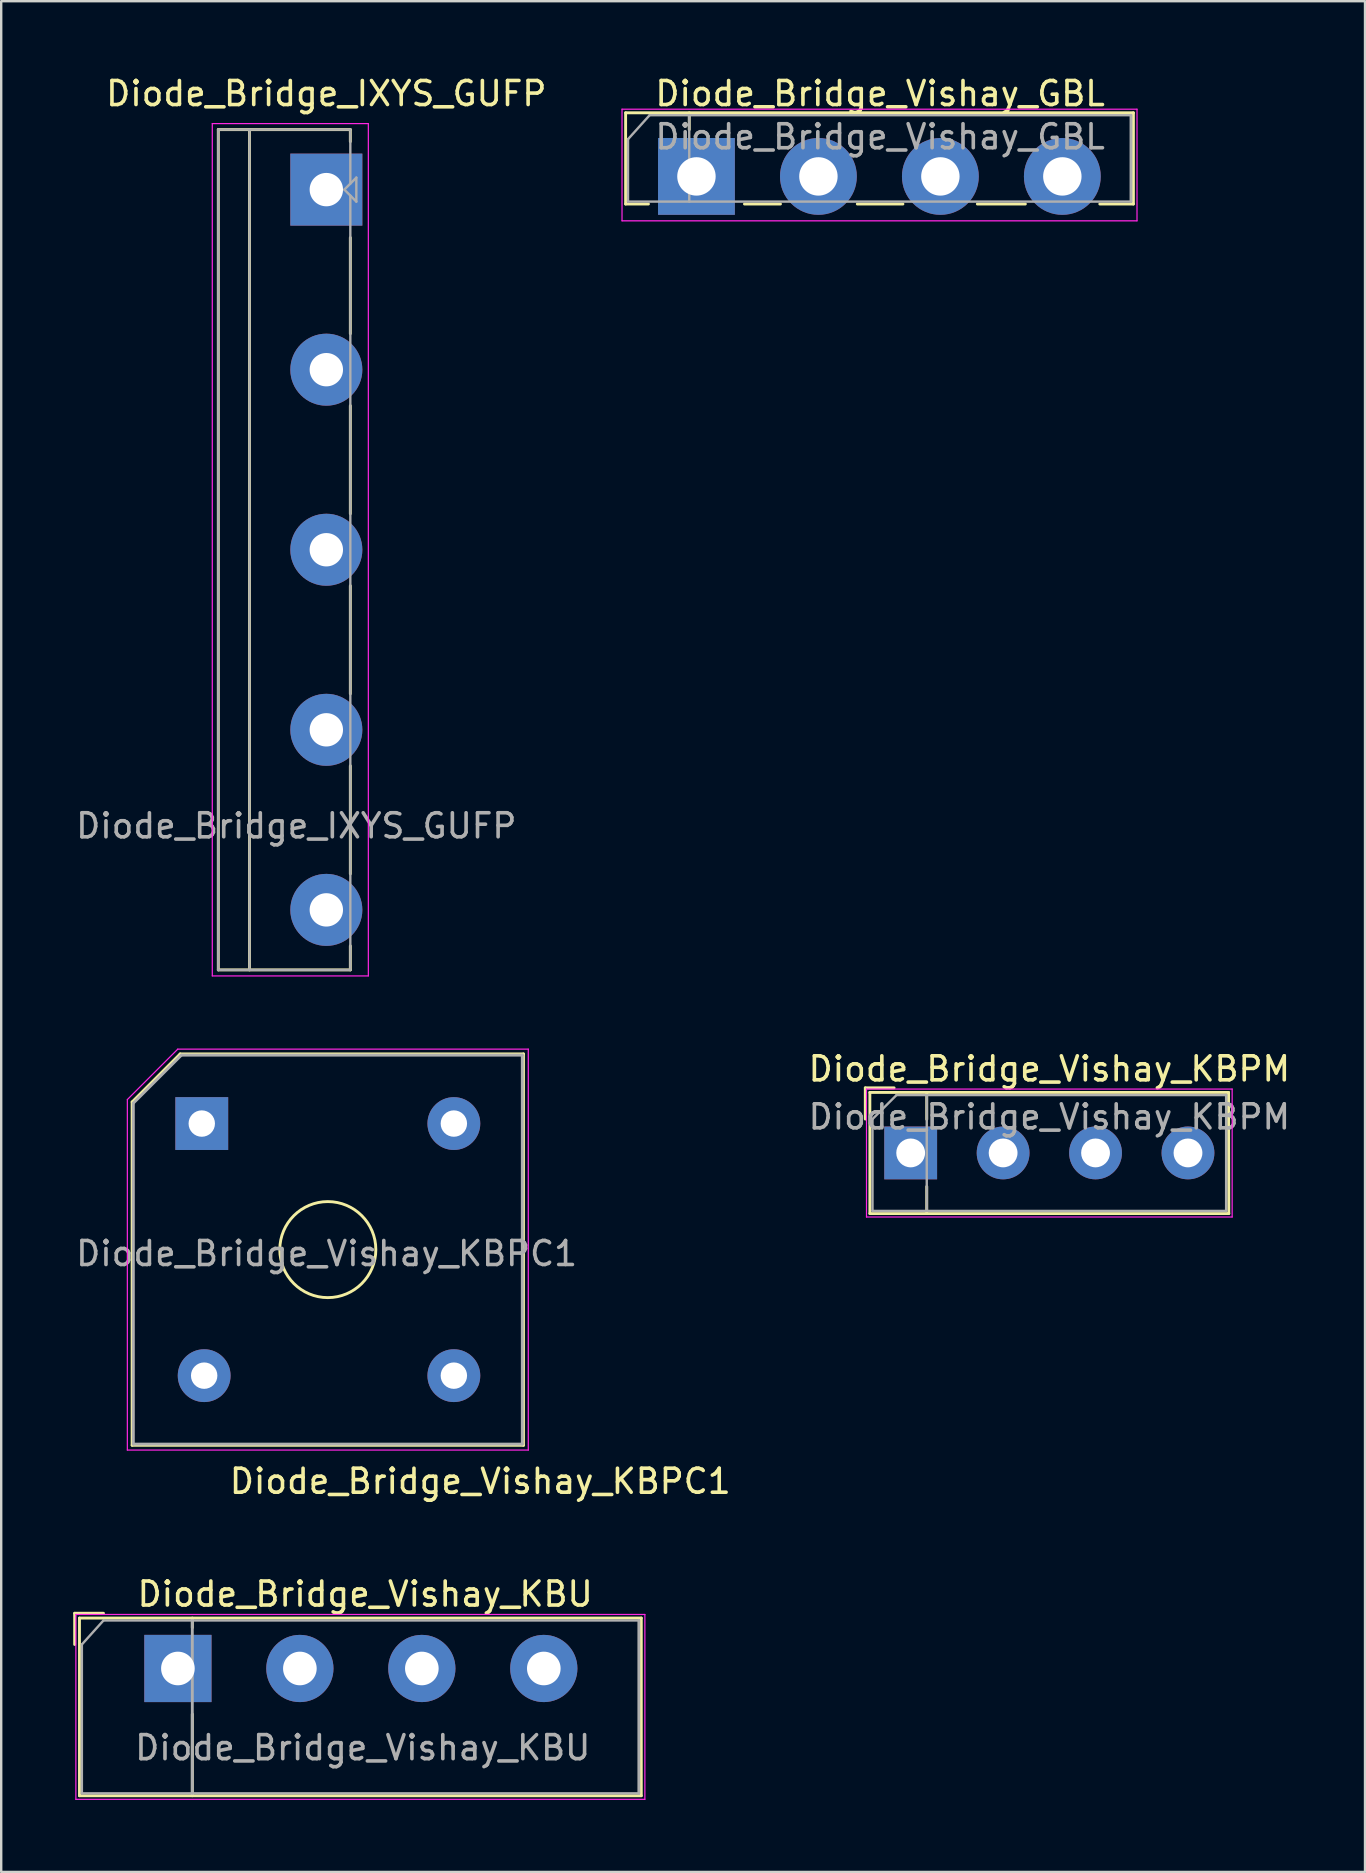
<source format=kicad_pcb>
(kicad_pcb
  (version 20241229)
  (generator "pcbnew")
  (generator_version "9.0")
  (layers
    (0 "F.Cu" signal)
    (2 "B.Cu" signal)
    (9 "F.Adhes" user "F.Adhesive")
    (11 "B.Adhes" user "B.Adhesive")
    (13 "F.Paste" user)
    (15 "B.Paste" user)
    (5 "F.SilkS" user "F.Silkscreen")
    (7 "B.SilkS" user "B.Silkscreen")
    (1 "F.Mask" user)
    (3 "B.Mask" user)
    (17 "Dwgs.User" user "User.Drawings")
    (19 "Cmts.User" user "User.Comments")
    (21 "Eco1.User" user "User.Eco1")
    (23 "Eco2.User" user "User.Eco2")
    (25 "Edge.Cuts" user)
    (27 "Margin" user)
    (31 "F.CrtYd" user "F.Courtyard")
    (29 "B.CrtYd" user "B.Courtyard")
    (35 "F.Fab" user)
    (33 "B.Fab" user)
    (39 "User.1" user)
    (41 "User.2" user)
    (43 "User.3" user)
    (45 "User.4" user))
  (footprint "Diode_Bridge_Vishay_KBPC1"
    (layer "F.Cu")
    (at 5.354 43.748)
    (property "Reference" "Diode_Bridge_Vishay_KBPC1" (at 11.6 14.9 180) (layer "F.SilkS") (effects (font (size 1 1) (thickness 0.15))))
    (attr through_hole)
    (fp_line (start -2.9 -0.9) (end -2.9 13.4) (stroke (width 0.12) (type solid)) (layer "F.SilkS"))
    (fp_line (start -2.9 13.4) (end 13.4 13.4) (stroke (width 0.12) (type solid)) (layer "F.SilkS"))
    (fp_line (start -0.9 -2.9) (end -2.9 -0.9) (stroke (width 0.12) (type solid)) (layer "F.SilkS"))
    (fp_line (start 13.4 -2.9) (end -0.9 -2.9) (stroke (width 0.12) (type solid)) (layer "F.SilkS"))
    (fp_line (start 13.4 13.4) (end 13.4 -2.9) (stroke (width 0.12) (type solid)) (layer "F.SilkS"))
    (fp_circle (center 5.25 5.25) (end 5.25 7.25) (stroke (width 0.12) (type solid)) (fill no) (layer "F.SilkS"))
    (fp_line (start -3.1 -1) (end -1 -3.1) (stroke (width 0.05) (type solid)) (layer "F.CrtYd"))
    (fp_line (start -3.1 13.6) (end -3.1 -1) (stroke (width 0.05) (type solid)) (layer "F.CrtYd"))
    (fp_line (start -1 -3.1) (end 13.6 -3.1) (stroke (width 0.05) (type solid)) (layer "F.CrtYd"))
    (fp_line (start 13.6 -3.1) (end 13.6 13.6) (stroke (width 0.05) (type solid)) (layer "F.CrtYd"))
    (fp_line (start 13.6 13.6) (end -3.1 13.6) (stroke (width 0.05) (type solid)) (layer "F.CrtYd"))
    (fp_line (start -2.85 -0.85) (end -0.85 -2.85) (stroke (width 0.12) (type solid)) (layer "F.Fab"))
    (fp_line (start -2.85 13.35) (end -2.85 -0.85) (stroke (width 0.12) (type solid)) (layer "F.Fab"))
    (fp_line (start -0.85 -2.85) (end 13.35 -2.85) (stroke (width 0.12) (type solid)) (layer "F.Fab"))
    (fp_line (start 13.35 -2.85) (end 13.35 13.35) (stroke (width 0.12) (type solid)) (layer "F.Fab"))
    (fp_line (start 13.35 13.35) (end -2.85 13.35) (stroke (width 0.12) (type solid)) (layer "F.Fab"))
    (fp_text user "${REFERENCE}" (at 5.2 5.415 180) (layer "F.Fab") (effects (font (size 1 1) (thickness 0.15))))
    (pad "1" thru_hole rect (at 0 0) (size 2.2 2.2) (drill 1.1) (layers "*.Cu" "*.Mask"))
    (pad "2" thru_hole circle (at 0.1 10.5) (size 2.2 2.2) (drill 1.1) (layers "*.Cu" "*.Mask"))
    (pad "3" thru_hole circle (at 10.5 10.5) (size 2.2 2.2) (drill 1.1) (layers "*.Cu" "*.Mask"))
    (pad "4" thru_hole circle (at 10.5 0) (size 2.2 2.2) (drill 1.1) (layers "*.Cu" "*.Mask")))
  (footprint "Diode_Bridge_Vishay_KBU"
    (layer "F.Cu")
    (at 4.36 66.445)
    (property "Reference" "Diode_Bridge_Vishay_KBU" (at 7.8 -3.1 0) (layer "F.SilkS") (effects (font (size 1 1) (thickness 0.15))))
    (attr through_hole)
    (fp_line (start -4.3 -2.3) (end -3.1 -2.3) (stroke (width 0.12) (type solid)) (layer "F.SilkS"))
    (fp_line (start -4.3 -1) (end -4.3 -2.3) (stroke (width 0.12) (type solid)) (layer "F.SilkS"))
    (fp_line (start -4.1 -2.1) (end -4.1 5.3) (stroke (width 0.12) (type solid)) (layer "F.SilkS"))
    (fp_line (start -4.1 5.3) (end 19.3 5.3) (stroke (width 0.12) (type solid)) (layer "F.SilkS"))
    (fp_line (start 0.6 -1.7) (end 0.6 -2.1) (stroke (width 0.12) (type solid)) (layer "F.SilkS"))
    (fp_line (start 0.6 1.9) (end 0.6 5.3) (stroke (width 0.12) (type solid)) (layer "F.SilkS"))
    (fp_line (start 19.3 -2.1) (end -4.1 -2.1) (stroke (width 0.12) (type solid)) (layer "F.SilkS"))
    (fp_line (start 19.3 5.3) (end 19.3 -2.1) (stroke (width 0.12) (type solid)) (layer "F.SilkS"))
    (fp_line (start -4.25 -2.25) (end -4.25 5.45) (stroke (width 0.05) (type solid)) (layer "F.CrtYd"))
    (fp_line (start -4.25 -2.25) (end 19.45 -2.25) (stroke (width 0.05) (type solid)) (layer "F.CrtYd"))
    (fp_line (start 19.45 5.45) (end -4.25 5.45) (stroke (width 0.05) (type solid)) (layer "F.CrtYd"))
    (fp_line (start 19.45 5.45) (end 19.45 -2.25) (stroke (width 0.05) (type solid)) (layer "F.CrtYd"))
    (fp_line (start -4 -1) (end -4 5.2) (stroke (width 0.1) (type solid)) (layer "F.Fab"))
    (fp_line (start -4 5.2) (end 19.2 5.2) (stroke (width 0.1) (type solid)) (layer "F.Fab"))
    (fp_line (start -3.1 -2) (end -4 -1) (stroke (width 0.1) (type solid)) (layer "F.Fab"))
    (fp_line (start 0.6 -2) (end 0.6 5.2) (stroke (width 0.12) (type solid)) (layer "F.Fab"))
    (fp_line (start 19.2 -2) (end -3.1 -2) (stroke (width 0.1) (type solid)) (layer "F.Fab"))
    (fp_line (start 19.2 5.2) (end 19.2 -2) (stroke (width 0.12) (type solid)) (layer "F.Fab"))
    (fp_text user "${REFERENCE}" (at 7.7 3.3 0) (layer "F.Fab") (effects (font (size 1 1) (thickness 0.15))))
    (pad "1" thru_hole rect (at 0 0) (size 2.8 2.8) (drill 1.4) (layers "*.Cu" "*.Mask"))
    (pad "2" thru_hole circle (at 5.08 0) (size 2.8 2.8) (drill 1.4) (layers "*.Cu" "*.Mask"))
    (pad "3" thru_hole circle (at 10.16 0) (size 2.8 2.8) (drill 1.4) (layers "*.Cu" "*.Mask"))
    (pad "4" thru_hole circle (at 15.24 0) (size 2.8 2.8) (drill 1.4) (layers "*.Cu" "*.Mask")))
  (footprint "Diode_Bridge_Vishay_KBPM"
    (layer "F.Cu")
    (at 34.881 44.971)
    (property "Reference" "Diode_Bridge_Vishay_KBPM" (at 5.775 -3.5 0) (layer "F.SilkS") (effects (font (size 1 1) (thickness 0.15))))
    (attr through_hole)
    (fp_line (start -1.89 -2.71) (end -0.69 -2.71) (stroke (width 0.12) (type solid)) (layer "F.SilkS"))
    (fp_line (start -1.89 -1.41) (end -1.89 -2.71) (stroke (width 0.12) (type solid)) (layer "F.SilkS"))
    (fp_line (start -1.7 -2.52) (end -1.7 2.525) (stroke (width 0.12) (type solid)) (layer "F.SilkS"))
    (fp_line (start -1.7 2.525) (end 13.25 2.525) (stroke (width 0.12) (type solid)) (layer "F.SilkS"))
    (fp_line (start 0.67 -1.4) (end 0.67 -2.52) (stroke (width 0.12) (type solid)) (layer "F.SilkS"))
    (fp_line (start 0.67 1.4) (end 0.67 2.525) (stroke (width 0.12) (type solid)) (layer "F.SilkS"))
    (fp_line (start 13.24 -2.52) (end -1.7 -2.52) (stroke (width 0.12) (type solid)) (layer "F.SilkS"))
    (fp_line (start 13.25 2.525) (end 13.24 -2.52) (stroke (width 0.12) (type solid)) (layer "F.SilkS"))
    (fp_line (start -1.84 -2.66) (end -1.84 2.67) (stroke (width 0.05) (type solid)) (layer "F.CrtYd"))
    (fp_line (start -1.84 -2.66) (end 13.39 -2.66) (stroke (width 0.05) (type solid)) (layer "F.CrtYd"))
    (fp_line (start 13.39 2.67) (end -1.84 2.67) (stroke (width 0.05) (type solid)) (layer "F.CrtYd"))
    (fp_line (start 13.39 2.67) (end 13.39 -2.66) (stroke (width 0.05) (type solid)) (layer "F.CrtYd"))
    (fp_line (start -1.59 -1.41) (end -1.59 2.415) (stroke (width 0.1) (type solid)) (layer "F.Fab"))
    (fp_line (start -1.59 2.415) (end 13.14 2.415) (stroke (width 0.1) (type solid)) (layer "F.Fab"))
    (fp_line (start -0.59 -2.41) (end -1.59 -1.41) (stroke (width 0.1) (type solid)) (layer "F.Fab"))
    (fp_line (start 0.67 -2.41) (end 0.67 2.415) (stroke (width 0.1) (type solid)) (layer "F.Fab"))
    (fp_line (start 13.14 -2.41) (end -0.59 -2.41) (stroke (width 0.1) (type solid)) (layer "F.Fab"))
    (fp_line (start 13.14 2.415) (end 13.14 -2.41) (stroke (width 0.1) (type solid)) (layer "F.Fab"))
    (fp_text user "${REFERENCE}" (at 5.775 -1.5 0) (layer "F.Fab") (effects (font (size 1 1) (thickness 0.15))))
    (pad "1" thru_hole rect (at 0 0) (size 2.2 2.2) (drill 1.2) (layers "*.Cu" "*.Mask"))
    (pad "2" thru_hole circle (at 3.85 0) (size 2.2 2.2) (drill 1.2) (layers "*.Cu" "*.Mask"))
    (pad "3" thru_hole circle (at 7.7 0) (size 2.2 2.2) (drill 1.2) (layers "*.Cu" "*.Mask"))
    (pad "4" thru_hole circle (at 11.55 0) (size 2.2 2.2) (drill 1.2) (layers "*.Cu" "*.Mask")))
  (footprint "Diode_Bridge_Vishay_GBL"
    (layer "F.Cu")
    (at 25.958 4.298)
    (property "Reference" "Diode_Bridge_Vishay_GBL" (at 7.65 -3.45 0) (layer "F.SilkS") (effects (font (size 1 1) (thickness 0.15))))
    (attr through_hole)
    (fp_line (start -2.95 -2.65) (end -2.95 1.15) (stroke (width 0.12) (type solid)) (layer "F.SilkS"))
    (fp_line (start -2.95 1.15) (end -2 1.15) (stroke (width 0.12) (type solid)) (layer "F.SilkS"))
    (fp_line (start -0.3 -2.65) (end -0.3 -1.95) (stroke (width 0.12) (type solid)) (layer "F.SilkS"))
    (fp_line (start 2 1.15) (end 3.5 1.15) (stroke (width 0.12) (type solid)) (layer "F.SilkS"))
    (fp_line (start 6.7 1.15) (end 8.6 1.15) (stroke (width 0.12) (type solid)) (layer "F.SilkS"))
    (fp_line (start 11.7 1.15) (end 13.7 1.15) (stroke (width 0.12) (type solid)) (layer "F.SilkS"))
    (fp_line (start 16.8 1.15) (end 18.2 1.15) (stroke (width 0.12) (type solid)) (layer "F.SilkS"))
    (fp_line (start 18.2 -2.65) (end -2.95 -2.65) (stroke (width 0.12) (type solid)) (layer "F.SilkS"))
    (fp_line (start 18.2 1.15) (end 18.2 -2.65) (stroke (width 0.12) (type solid)) (layer "F.SilkS"))
    (fp_line (start -3.1 1.85) (end -3.1 -2.8) (stroke (width 0.05) (type solid)) (layer "F.CrtYd"))
    (fp_line (start -3.1 1.85) (end 18.35 1.85) (stroke (width 0.05) (type solid)) (layer "F.CrtYd"))
    (fp_line (start 18.35 -2.8) (end -3.1 -2.8) (stroke (width 0.05) (type solid)) (layer "F.CrtYd"))
    (fp_line (start 18.35 -2.8) (end 18.35 1.85) (stroke (width 0.05) (type solid)) (layer "F.CrtYd"))
    (fp_line (start -2.85 -1.55) (end -2.85 1.05) (stroke (width 0.1) (type solid)) (layer "F.Fab"))
    (fp_line (start -2.85 1.05) (end 18.1 1.05) (stroke (width 0.1) (type solid)) (layer "F.Fab"))
    (fp_line (start -1.95 -2.55) (end -2.85 -1.55) (stroke (width 0.1) (type solid)) (layer "F.Fab"))
    (fp_line (start -0.3 -2.55) (end -0.3 1.05) (stroke (width 0.1) (type solid)) (layer "F.Fab"))
    (fp_line (start 18.1 -2.55) (end -1.95 -2.55) (stroke (width 0.1) (type solid)) (layer "F.Fab"))
    (fp_line (start 18.1 1.05) (end 18.1 -2.55) (stroke (width 0.12) (type solid)) (layer "F.Fab"))
    (fp_text user "${REFERENCE}" (at 7.65 -1.65 0) (layer "F.Fab") (effects (font (size 1 1) (thickness 0.15))))
    (pad "1" thru_hole rect (at 0 0 180) (size 3.2 3.2) (drill 1.6) (layers "*.Cu" "*.Mask"))
    (pad "2" thru_hole circle (at 5.08 0 180) (size 3.2 3.2) (drill 1.6) (layers "*.Cu" "*.Mask"))
    (pad "3" thru_hole circle (at 10.16 0 180) (size 3.2 3.2) (drill 1.6) (layers "*.Cu" "*.Mask"))
    (pad "4" thru_hole circle (at 15.24 0 180) (size 3.2 3.2) (drill 1.6) (layers "*.Cu" "*.Mask")))
  (footprint "Diode_Bridge_IXYS_GUFP"
    (layer "F.Cu")
    (at 10.542 4.848)
    (property "Reference" "Diode_Bridge_IXYS_GUFP" (at 0 -4 0) (layer "F.SilkS") (effects (font (size 1 1) (thickness 0.15))))
    (attr through_hole)
    (fp_line (start -4.5 -2.5) (end -4.5 32.5) (stroke (width 0.12) (type solid)) (layer "F.SilkS"))
    (fp_line (start -3.2 -2.5) (end -3.2 32.5) (stroke (width 0.12) (type solid)) (layer "F.SilkS"))
    (fp_line (start 1 -2.5) (end -4.5 -2.5) (stroke (width 0.12) (type solid)) (layer "F.SilkS"))
    (fp_line (start 1 -2.5) (end 1 -2) (stroke (width 0.12) (type solid)) (layer "F.SilkS"))
    (fp_line (start 1 2) (end 1 6) (stroke (width 0.12) (type solid)) (layer "F.SilkS"))
    (fp_line (start 1 9) (end 1 13.5) (stroke (width 0.12) (type solid)) (layer "F.SilkS"))
    (fp_line (start 1 16.5) (end 1 21) (stroke (width 0.12) (type solid)) (layer "F.SilkS"))
    (fp_line (start 1 24) (end 1 28.5) (stroke (width 0.12) (type solid)) (layer "F.SilkS"))
    (fp_line (start 1 31.5) (end 1 32.5) (stroke (width 0.12) (type solid)) (layer "F.SilkS"))
    (fp_line (start 1 32.5) (end -4.5 32.5) (stroke (width 0.12) (type solid)) (layer "F.SilkS"))
    (fp_line (start -4.75 -2.75) (end -4.75 32.75) (stroke (width 0.05) (type solid)) (layer "F.CrtYd"))
    (fp_line (start -4.75 32.75) (end 1.75 32.75) (stroke (width 0.05) (type solid)) (layer "F.CrtYd"))
    (fp_line (start 1.75 -2.75) (end -4.75 -2.75) (stroke (width 0.05) (type solid)) (layer "F.CrtYd"))
    (fp_line (start 1.75 32.75) (end 1.75 -2.75) (stroke (width 0.05) (type solid)) (layer "F.CrtYd"))
    (fp_line (start -4.5 -2.5) (end -4.5 32.5) (stroke (width 0.1) (type solid)) (layer "F.Fab"))
    (fp_line (start -4.5 32.5) (end 1 32.5) (stroke (width 0.1) (type solid)) (layer "F.Fab"))
    (fp_line (start -3.2 32.5) (end -3.2 -2.5) (stroke (width 0.1) (type solid)) (layer "F.Fab"))
    (fp_line (start 0.75 0) (end 1.25 -0.5) (stroke (width 0.1) (type solid)) (layer "F.Fab"))
    (fp_line (start 1 -2.5) (end -4.5 -2.5) (stroke (width 0.1) (type solid)) (layer "F.Fab"))
    (fp_line (start 1 -0.25) (end 1 -2.5) (stroke (width 0.1) (type solid)) (layer "F.Fab"))
    (fp_line (start 1 0.25) (end 1 32.5) (stroke (width 0.1) (type solid)) (layer "F.Fab"))
    (fp_line (start 1.25 -0.5) (end 1.25 0.5) (stroke (width 0.1) (type solid)) (layer "F.Fab"))
    (fp_line (start 1.25 0.5) (end 0.75 0) (stroke (width 0.1) (type solid)) (layer "F.Fab"))
    (fp_text user "${REFERENCE}" (at -1.25 26.5 0) (layer "F.Fab") (effects (font (size 1 1) (thickness 0.15))))
    (pad "1" thru_hole rect (at 0 0) (size 3 3) (drill 1.39) (layers "*.Cu" "*.Mask"))
    (pad "2" thru_hole circle (at 0 7.5) (size 3 3) (drill 1.39) (layers "*.Cu" "*.Mask"))
    (pad "3" thru_hole circle (at 0 15) (size 3 3) (drill 1.39) (layers "*.Cu" "*.Mask"))
    (pad "4" thru_hole circle (at 0 22.5) (size 3 3) (drill 1.39) (layers "*.Cu" "*.Mask"))
    (pad "5" thru_hole circle (at 0 30) (size 3 3) (drill 1.39) (layers "*.Cu" "*.Mask")))
  (gr_rect
    (start -3 -3)
    (end 53.805 74.92)
    (stroke (width 0.1) (type default))
    (fill no)
    (layer "Edge.Cuts")))
</source>
